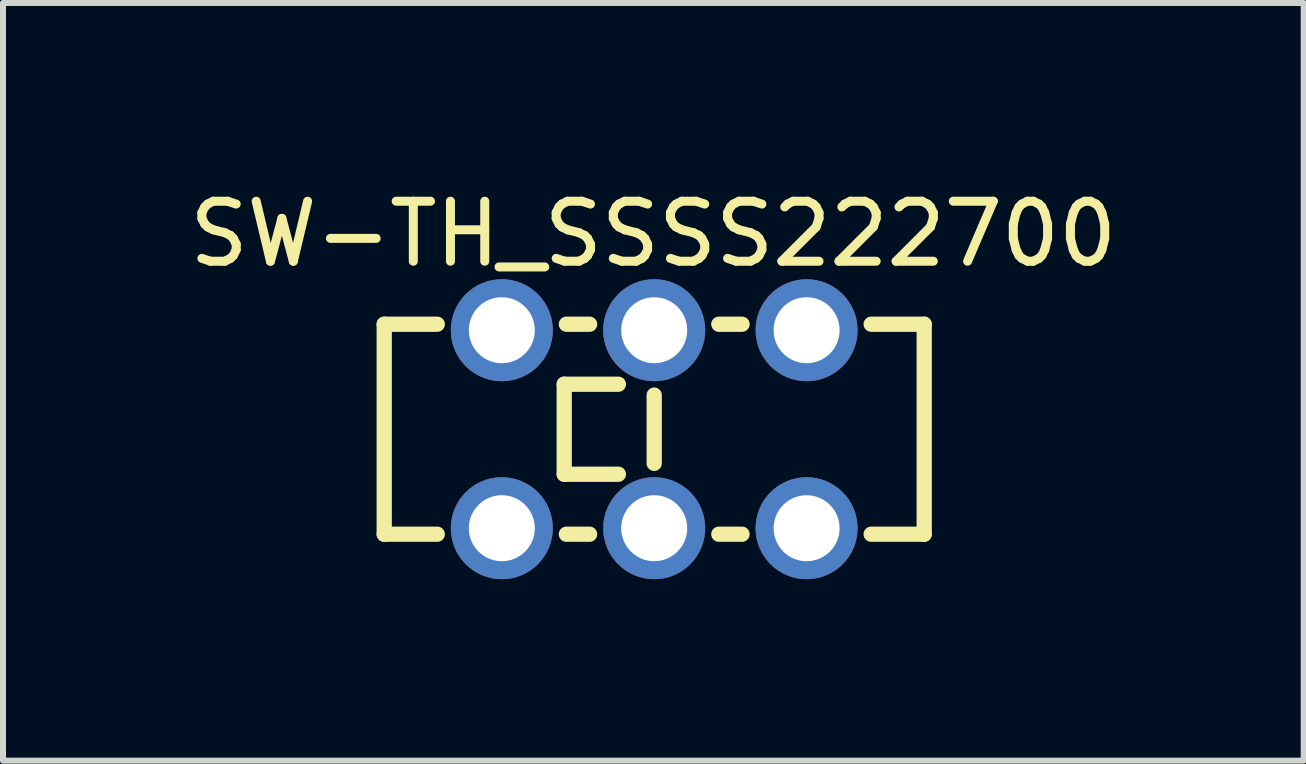
<source format=kicad_pcb>
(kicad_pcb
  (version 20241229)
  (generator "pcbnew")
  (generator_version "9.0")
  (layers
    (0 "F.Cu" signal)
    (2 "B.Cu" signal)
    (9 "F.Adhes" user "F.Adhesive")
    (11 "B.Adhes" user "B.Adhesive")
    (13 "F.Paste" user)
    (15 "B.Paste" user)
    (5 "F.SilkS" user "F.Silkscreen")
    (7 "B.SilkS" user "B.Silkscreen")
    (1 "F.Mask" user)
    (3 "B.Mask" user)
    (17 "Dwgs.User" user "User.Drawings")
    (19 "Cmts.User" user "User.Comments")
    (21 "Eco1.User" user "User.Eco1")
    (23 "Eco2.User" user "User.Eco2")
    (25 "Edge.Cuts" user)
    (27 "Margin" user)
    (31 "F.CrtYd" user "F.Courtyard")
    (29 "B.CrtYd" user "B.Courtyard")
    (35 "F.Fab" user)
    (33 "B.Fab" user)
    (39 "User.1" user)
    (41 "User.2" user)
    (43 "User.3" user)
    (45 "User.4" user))
  (footprint "SW-TH_SSSS222700"
    (layer "F.Cu")
    (at 7.854 4.104)
    (property "Reference" "SW-TH_SSSS222700" (at -0.015 -3.255 0) (layer "F.SilkS") (effects (font (size 1 1) (thickness 0.15))))
    (fp_line (start -4.5 -1.75) (end -3.616 -1.75) (stroke (width 0.254) (type default)) (layer "F.SilkS"))
    (fp_line (start -4.5 1.75) (end -4.5 -1.75) (stroke (width 0.254) (type default)) (layer "F.SilkS"))
    (fp_line (start -3.616 1.75) (end -4.5 1.75) (stroke (width 0.254) (type default)) (layer "F.SilkS"))
    (fp_line (start -1.5 -0.75) (end -0.597 -0.75) (stroke (width 0.254) (type default)) (layer "F.SilkS"))
    (fp_line (start -1.5 0.75) (end -1.5 -0.75) (stroke (width 0.254) (type default)) (layer "F.SilkS"))
    (fp_line (start -1.464 -1.75) (end -1.077 -1.75) (stroke (width 0.254) (type default)) (layer "F.SilkS"))
    (fp_line (start -1.077 1.75) (end -1.464 1.75) (stroke (width 0.254) (type default)) (layer "F.SilkS"))
    (fp_line (start -0.597 0.75) (end -1.5 0.75) (stroke (width 0.254) (type default)) (layer "F.SilkS"))
    (fp_line (start 0 -0.569) (end 0 0.569) (stroke (width 0.254) (type default)) (layer "F.SilkS"))
    (fp_line (start 1.077 -1.75) (end 1.464 -1.75) (stroke (width 0.254) (type default)) (layer "F.SilkS"))
    (fp_line (start 1.464 1.75) (end 1.077 1.75) (stroke (width 0.254) (type default)) (layer "F.SilkS"))
    (fp_line (start 3.616 -1.75) (end 4.5 -1.75) (stroke (width 0.254) (type default)) (layer "F.SilkS"))
    (fp_line (start 4.5 -1.75) (end 4.5 1.75) (stroke (width 0.254) (type default)) (layer "F.SilkS"))
    (fp_line (start 4.5 1.75) (end 3.616 1.75) (stroke (width 0.254) (type default)) (layer "F.SilkS"))
    (fp_poly (pts (xy -2.094 -1.709) (xy -2.124 -1.822) (xy -2.183 -1.924) (xy -2.266 -2.007) (xy -2.368 -2.066) (xy -2.481 -2.096) (xy -2.599 -2.096) (xy -2.712 -2.066) (xy -2.814 -2.007) (xy -2.897 -1.924) (xy -2.956 -1.822) (xy -2.986 -1.709) (xy -2.986 -1.591) (xy -2.956 -1.478) (xy -2.897 -1.376) (xy -2.814 -1.293) (xy -2.712 -1.234) (xy -2.599 -1.204) (xy -2.481 -1.204) (xy -2.368 -1.234) (xy -2.266 -1.293) (xy -2.183 -1.376) (xy -2.124 -1.478) (xy -2.094 -1.591)) (stroke (width 0.1) (type default)) (fill no) (layer "User.1"))
    (fp_poly (pts (xy -2.094 1.591) (xy -2.124 1.478) (xy -2.183 1.376) (xy -2.266 1.293) (xy -2.368 1.234) (xy -2.481 1.204) (xy -2.599 1.204) (xy -2.712 1.234) (xy -2.814 1.293) (xy -2.897 1.376) (xy -2.956 1.478) (xy -2.986 1.591) (xy -2.986 1.709) (xy -2.956 1.822) (xy -2.897 1.924) (xy -2.814 2.007) (xy -2.712 2.066) (xy -2.599 2.096) (xy -2.481 2.096) (xy -2.368 2.066) (xy -2.266 2.007) (xy -2.183 1.924) (xy -2.124 1.822) (xy -2.094 1.709)) (stroke (width 0.1) (type default)) (fill no) (layer "User.1"))
    (fp_poly (pts (xy 0.446 -1.709) (xy 0.416 -1.822) (xy 0.357 -1.924) (xy 0.274 -2.007) (xy 0.172 -2.066) (xy 0.059 -2.096) (xy -0.059 -2.096) (xy -0.172 -2.066) (xy -0.274 -2.007) (xy -0.357 -1.924) (xy -0.416 -1.822) (xy -0.446 -1.709) (xy -0.446 -1.591) (xy -0.416 -1.478) (xy -0.357 -1.376) (xy -0.274 -1.293) (xy -0.172 -1.234) (xy -0.059 -1.204) (xy 0.059 -1.204) (xy 0.172 -1.234) (xy 0.274 -1.293) (xy 0.357 -1.376) (xy 0.416 -1.478) (xy 0.446 -1.591)) (stroke (width 0.1) (type default)) (fill no) (layer "User.1"))
    (fp_poly (pts (xy 0.446 1.591) (xy 0.416 1.478) (xy 0.357 1.376) (xy 0.274 1.293) (xy 0.172 1.234) (xy 0.059 1.204) (xy -0.059 1.204) (xy -0.172 1.234) (xy -0.274 1.293) (xy -0.357 1.376) (xy -0.416 1.478) (xy -0.446 1.591) (xy -0.446 1.709) (xy -0.416 1.822) (xy -0.357 1.924) (xy -0.274 2.007) (xy -0.172 2.066) (xy -0.059 2.096) (xy 0.059 2.096) (xy 0.172 2.066) (xy 0.274 2.007) (xy 0.357 1.924) (xy 0.416 1.822) (xy 0.446 1.709)) (stroke (width 0.1) (type default)) (fill no) (layer "User.1"))
    (fp_poly (pts (xy 2.986 -1.709) (xy 2.956 -1.822) (xy 2.897 -1.924) (xy 2.814 -2.007) (xy 2.712 -2.066) (xy 2.599 -2.096) (xy 2.481 -2.096) (xy 2.368 -2.066) (xy 2.266 -2.007) (xy 2.183 -1.924) (xy 2.124 -1.822) (xy 2.094 -1.709) (xy 2.094 -1.591) (xy 2.124 -1.478) (xy 2.183 -1.376) (xy 2.266 -1.293) (xy 2.368 -1.234) (xy 2.481 -1.204) (xy 2.599 -1.204) (xy 2.712 -1.234) (xy 2.814 -1.293) (xy 2.897 -1.376) (xy 2.956 -1.478) (xy 2.986 -1.591)) (stroke (width 0.1) (type default)) (fill no) (layer "User.1"))
    (fp_poly (pts (xy 2.986 1.591) (xy 2.956 1.478) (xy 2.897 1.376) (xy 2.814 1.293) (xy 2.712 1.234) (xy 2.599 1.204) (xy 2.481 1.204) (xy 2.368 1.234) (xy 2.266 1.293) (xy 2.183 1.376) (xy 2.124 1.478) (xy 2.094 1.591) (xy 2.094 1.709) (xy 2.124 1.822) (xy 2.183 1.924) (xy 2.266 2.007) (xy 2.368 2.066) (xy 2.481 2.096) (xy 2.599 2.096) (xy 2.712 2.066) (xy 2.814 2.007) (xy 2.897 1.924) (xy 2.956 1.822) (xy 2.986 1.709)) (stroke (width 0.1) (type default)) (fill no) (layer "User.1"))
    (fp_line (start -4.627 -2.5) (end 4.627 -2.5) (stroke (width 0.051) (type default)) (layer "User.2"))
    (fp_line (start -4.627 2.5) (end -4.627 -2.5) (stroke (width 0.051) (type default)) (layer "User.2"))
    (fp_line (start 4.627 -2.5) (end 4.627 2.5) (stroke (width 0.051) (type default)) (layer "User.2"))
    (fp_line (start 4.627 2.5) (end -4.627 2.5) (stroke (width 0.051) (type default)) (layer "User.2"))
    (fp_poly (pts (xy -4.572 -2.523) (xy -4.604 -2.555) (xy -4.65 -2.555) (xy -4.682 -2.523) (xy -4.682 -2.477) (xy -4.65 -2.445) (xy -4.604 -2.445) (xy -4.572 -2.477)) (stroke (width 0.1) (type default)) (fill no) (layer "User.3"))
    (pad "1" thru_hole circle (at -2.54 -1.65) (size 1.7 1.7) (drill 1.1) (layers "*.Cu" "*.Mask"))
    (pad "2" thru_hole circle (at 0 -1.65) (size 1.7 1.7) (drill 1.1) (layers "*.Cu" "*.Mask"))
    (pad "3" thru_hole circle (at 2.54 -1.65) (size 1.7 1.7) (drill 1.1) (layers "*.Cu" "*.Mask"))
    (pad "4" thru_hole circle (at -2.54 1.65) (size 1.7 1.7) (drill 1.1) (layers "*.Cu" "*.Mask"))
    (pad "5" thru_hole circle (at 0 1.65) (size 1.7 1.7) (drill 1.1) (layers "*.Cu" "*.Mask"))
    (pad "6" thru_hole circle (at 2.54 1.65) (size 1.7 1.7) (drill 1.1) (layers "*.Cu" "*.Mask")))
  (gr_rect
    (start -3 -3)
    (end 18.679 9.629)
    (stroke (width 0.1) (type default))
    (fill no)
    (layer "Edge.Cuts")))
</source>
